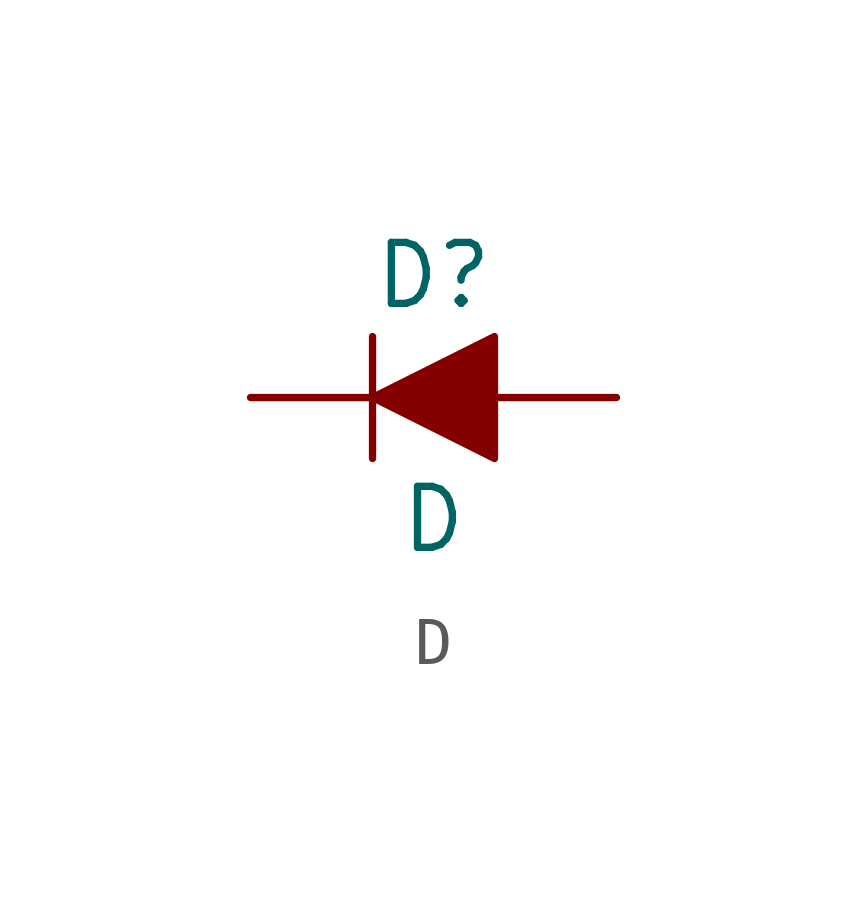
<source format=kicad_sym>
(kicad_symbol_lib
  (version 20211014)
  (generator kicad_symbol_editor)
  (symbol "D"
    (pin_numbers hide)
    (pin_names
      (offset 1.016) hide)
    (property "Reference" "D"
      (at 0 2.54 0)
      (effects (font (size 1.27 1.27))))
    (property "Value" "D"
      (at 0 -2.54 0)
      (effects (font (size 1.27 1.27))))
    (symbol "D_1_1"
      (polyline (pts (xy -1.27 1.27) (xy -1.27 -1.27)) (stroke (width 0.152) (type default) (color 0 0 0 0)) (fill (type none)))
      (polyline (pts (xy 1.27 1.27) (xy -1.27 0) (xy 1.27 -1.27) (xy 1.27 1.27)) (stroke (width 0) (type default) (color 0 0 0 0)) (fill (type outline)))
      (pin passive line (at -3.81 0 0) (length 2.54) (name "K" (effects (font (size 1.016 1.016)))) (number "1" (effects (font (size 1.016 1.016)))))
      (pin passive line (at 3.81 0 180) (length 2.54) (name "A" (effects (font (size 1.016 1.016)))) (number "2" (effects (font (size 1.016 1.016))))))))
</source>
